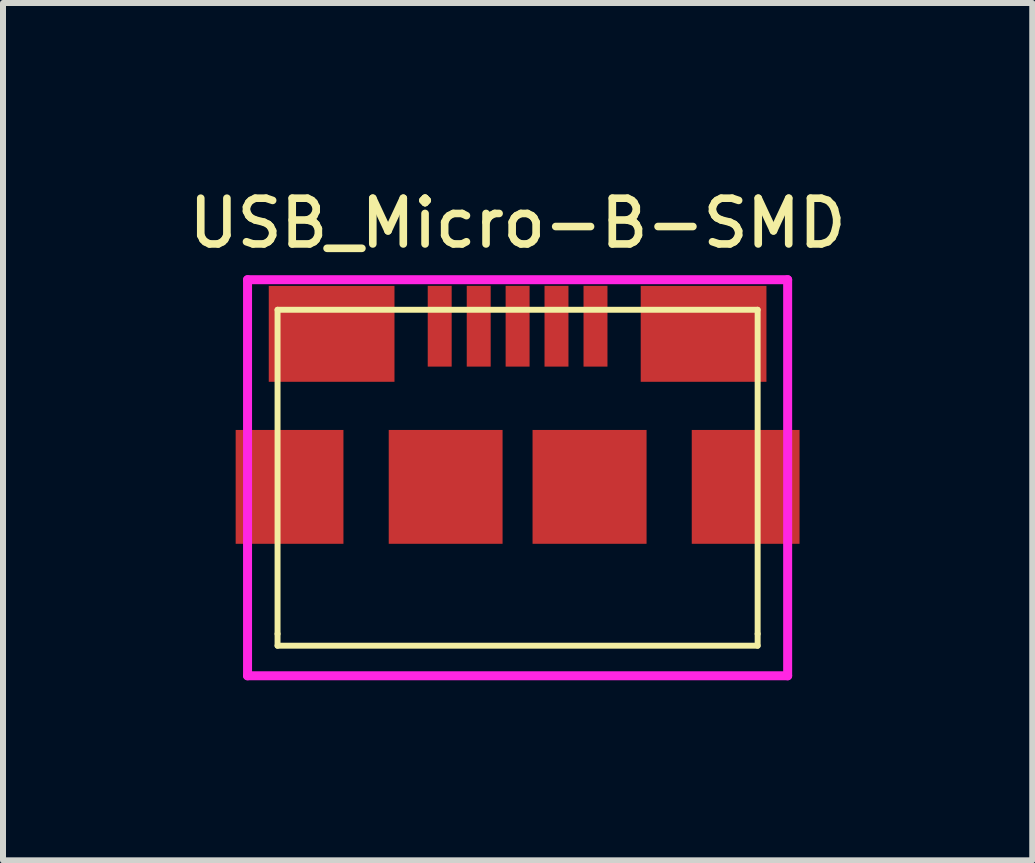
<source format=kicad_pcb>
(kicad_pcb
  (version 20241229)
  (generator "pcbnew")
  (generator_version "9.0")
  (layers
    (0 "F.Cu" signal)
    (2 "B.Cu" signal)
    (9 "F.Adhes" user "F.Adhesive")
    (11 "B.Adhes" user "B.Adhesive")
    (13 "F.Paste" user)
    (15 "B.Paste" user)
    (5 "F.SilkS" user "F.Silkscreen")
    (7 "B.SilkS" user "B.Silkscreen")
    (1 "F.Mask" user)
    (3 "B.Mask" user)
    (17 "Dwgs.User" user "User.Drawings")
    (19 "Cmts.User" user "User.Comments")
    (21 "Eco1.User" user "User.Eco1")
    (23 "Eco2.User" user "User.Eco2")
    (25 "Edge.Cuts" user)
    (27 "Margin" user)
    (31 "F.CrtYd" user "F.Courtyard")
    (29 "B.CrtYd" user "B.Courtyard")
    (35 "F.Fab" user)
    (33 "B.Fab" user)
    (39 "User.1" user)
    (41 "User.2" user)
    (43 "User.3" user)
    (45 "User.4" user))
  (footprint "USB_Micro-B-SMD"
    (layer "F.Cu")
    (at 5.575 6.511)
    (property "Reference" "USB_Micro-B-SMD" (at 0 -5.842 0) (layer "F.SilkS") (effects (font (size 0.762 0.762) (thickness 0.127))))
    (attr through_hole)
    (fp_line (start -4 -4.399) (end 4 -4.399) (stroke (width 0.099) (type solid)) (layer "F.SilkS"))
    (fp_line (start -4 1.001) (end -4 -4.399) (stroke (width 0.099) (type solid)) (layer "F.SilkS"))
    (fp_line (start -4 1.001) (end -4 1.199) (stroke (width 0.099) (type solid)) (layer "F.SilkS"))
    (fp_line (start 4 -4.399) (end 4 1.001) (stroke (width 0.099) (type solid)) (layer "F.SilkS"))
    (fp_line (start 4 1.001) (end 4 1.199) (stroke (width 0.099) (type solid)) (layer "F.SilkS"))
    (fp_line (start 4 1.199) (end -4 1.199) (stroke (width 0.099) (type solid)) (layer "F.SilkS"))
    (fp_line (start -4.5 -4.9) (end -4.5 1.7) (stroke (width 0.15) (type solid)) (layer "F.CrtYd"))
    (fp_line (start -4.5 1.7) (end 4.5 1.7) (stroke (width 0.15) (type solid)) (layer "F.CrtYd"))
    (fp_line (start 4.5 -4.9) (end -4.5 -4.9) (stroke (width 0.15) (type solid)) (layer "F.CrtYd"))
    (fp_line (start 4.5 1.7) (end 4.5 -4.9) (stroke (width 0.15) (type solid)) (layer "F.CrtYd"))
    (pad "1" smd rect (at -1.298 -4.125) (size 0.399 1.346) (layers "F.Cu" "F.Mask" "F.Paste"))
    (pad "2" smd rect (at -0.648 -4.125) (size 0.399 1.346) (layers "F.Cu" "F.Mask" "F.Paste"))
    (pad "3" smd rect (at 0 -4.125) (size 0.399 1.346) (layers "F.Cu" "F.Mask" "F.Paste"))
    (pad "4" smd rect (at 0.648 -4.125) (size 0.399 1.346) (layers "F.Cu" "F.Mask" "F.Paste"))
    (pad "5" smd rect (at 1.298 -4.125) (size 0.399 1.346) (layers "F.Cu" "F.Mask" "F.Paste"))
    (pad "6" smd rect (at -3.8 -1.448) (size 1.796 1.897) (layers "F.Cu" "F.Mask" "F.Paste"))
    (pad "6" smd rect (at -3.099 -3.998) (size 2.095 1.598) (layers "F.Cu" "F.Mask" "F.Paste"))
    (pad "6" smd rect (at -1.199 -1.448) (size 1.897 1.897) (layers "F.Cu" "F.Mask" "F.Paste"))
    (pad "6" smd rect (at 1.199 -1.448) (size 1.9 1.897) (layers "F.Cu" "F.Mask" "F.Paste"))
    (pad "6" smd rect (at 3.099 -3.998) (size 2.095 1.598) (layers "F.Cu" "F.Mask" "F.Paste"))
    (pad "6" smd rect (at 3.8 -1.448) (size 1.796 1.897) (layers "F.Cu" "F.Mask" "F.Paste")))
  (gr_rect
    (start -3 -3)
    (end 14.151 11.286)
    (stroke (width 0.1) (type default))
    (fill no)
    (layer "Edge.Cuts")))
</source>
